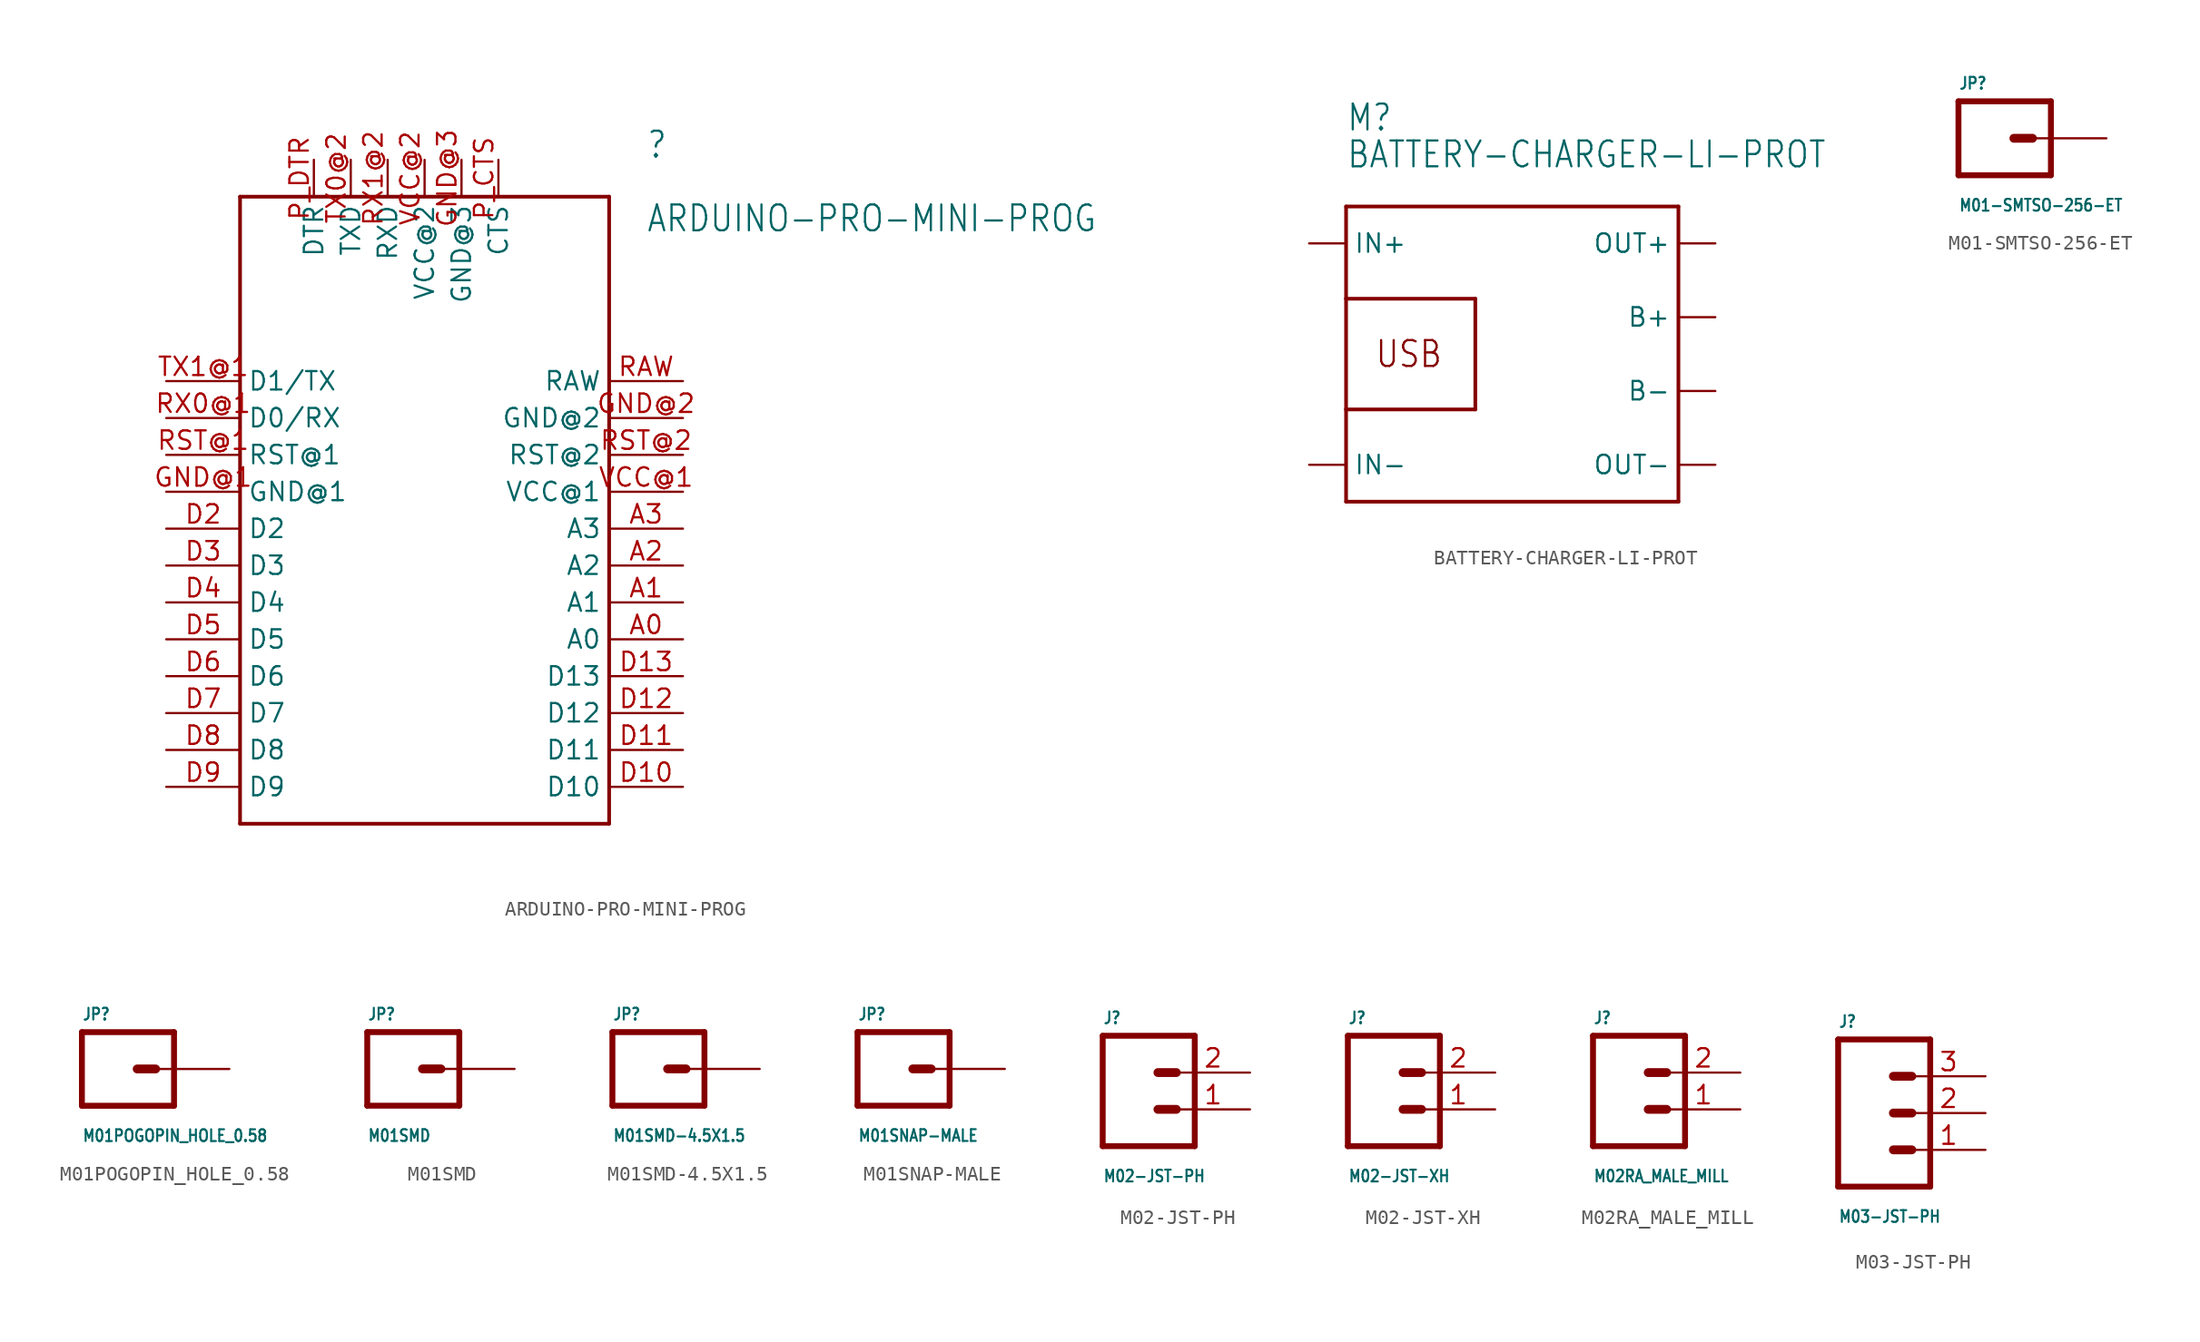
<source format=kicad_sym>
(kicad_symbol_lib
  (version 20211014)
  (generator kicad_symbol_editor)
  (symbol "ARDUINO-PRO-MINI-PROG"
    (property "Reference" ""
      (at 12.7 22.86 0)
      (effects (font (size 1.778 1.511)) (justify left bottom)))
    (property "Value" "ARDUINO-PRO-MINI-PROG"
      (at 12.7 17.78 0)
      (effects (font (size 1.778 1.511)) (justify left bottom)))
    (property "ki_locked" ""
      (at 0 0 0)
      (effects (font (size 1.27 1.27))))
    (symbol "ARDUINO-PRO-MINI-PROG_1_0"
      (polyline (pts (xy -15.24 -22.86) (xy -15.24 20.32)) (stroke (width 0.254) (type default) (color 0 0 0 0)) (fill (type none)))
      (polyline (pts (xy -15.24 20.32) (xy 10.16 20.32)) (stroke (width 0.254) (type default) (color 0 0 0 0)) (fill (type none)))
      (polyline (pts (xy 10.16 -22.86) (xy -15.24 -22.86)) (stroke (width 0.254) (type default) (color 0 0 0 0)) (fill (type none)))
      (polyline (pts (xy 10.16 20.32) (xy 10.16 -22.86)) (stroke (width 0.254) (type default) (color 0 0 0 0)) (fill (type none)))
      (pin bidirectional line (at 15.24 -10.16 180) (length 5.08) (name "A0" (effects (font (size 1.27 1.27)))) (number "A0" (effects (font (size 1.27 1.27)))))
      (pin bidirectional line (at 15.24 -7.62 180) (length 5.08) (name "A1" (effects (font (size 1.27 1.27)))) (number "A1" (effects (font (size 1.27 1.27)))))
      (pin bidirectional line (at 15.24 -5.08 180) (length 5.08) (name "A2" (effects (font (size 1.27 1.27)))) (number "A2" (effects (font (size 1.27 1.27)))))
      (pin bidirectional line (at 15.24 -2.54 180) (length 5.08) (name "A3" (effects (font (size 1.27 1.27)))) (number "A3" (effects (font (size 1.27 1.27)))))
      (pin bidirectional line (at 15.24 -20.32 180) (length 5.08) (name "D10" (effects (font (size 1.27 1.27)))) (number "D10" (effects (font (size 1.27 1.27)))))
      (pin bidirectional line (at 15.24 -17.78 180) (length 5.08) (name "D11" (effects (font (size 1.27 1.27)))) (number "D11" (effects (font (size 1.27 1.27)))))
      (pin bidirectional line (at 15.24 -15.24 180) (length 5.08) (name "D12" (effects (font (size 1.27 1.27)))) (number "D12" (effects (font (size 1.27 1.27)))))
      (pin bidirectional line (at 15.24 -12.7 180) (length 5.08) (name "D13" (effects (font (size 1.27 1.27)))) (number "D13" (effects (font (size 1.27 1.27)))))
      (pin bidirectional line (at -20.32 -2.54 0) (length 5.08) (name "D2" (effects (font (size 1.27 1.27)))) (number "D2" (effects (font (size 1.27 1.27)))))
      (pin bidirectional line (at -20.32 -5.08 0) (length 5.08) (name "D3" (effects (font (size 1.27 1.27)))) (number "D3" (effects (font (size 1.27 1.27)))))
      (pin bidirectional line (at -20.32 -7.62 0) (length 5.08) (name "D4" (effects (font (size 1.27 1.27)))) (number "D4" (effects (font (size 1.27 1.27)))))
      (pin bidirectional line (at -20.32 -10.16 0) (length 5.08) (name "D5" (effects (font (size 1.27 1.27)))) (number "D5" (effects (font (size 1.27 1.27)))))
      (pin bidirectional line (at -20.32 -12.7 0) (length 5.08) (name "D6" (effects (font (size 1.27 1.27)))) (number "D6" (effects (font (size 1.27 1.27)))))
      (pin bidirectional line (at -20.32 -15.24 0) (length 5.08) (name "D7" (effects (font (size 1.27 1.27)))) (number "D7" (effects (font (size 1.27 1.27)))))
      (pin bidirectional line (at -20.32 -17.78 0) (length 5.08) (name "D8" (effects (font (size 1.27 1.27)))) (number "D8" (effects (font (size 1.27 1.27)))))
      (pin bidirectional line (at -20.32 -20.32 0) (length 5.08) (name "D9" (effects (font (size 1.27 1.27)))) (number "D9" (effects (font (size 1.27 1.27)))))
      (pin power_in line (at -20.32 0 0) (length 5.08) (name "GND@1" (effects (font (size 1.27 1.27)))) (number "GND@1" (effects (font (size 1.27 1.27)))))
      (pin power_in line (at 15.24 5.08 180) (length 5.08) (name "GND@2" (effects (font (size 1.27 1.27)))) (number "GND@2" (effects (font (size 1.27 1.27)))))
      (pin bidirectional line (at 0 22.86 270) (length 2.54) (name "GND@3" (effects (font (size 1.27 1.27)))) (number "GND@3" (effects (font (size 1.27 1.27)))))
      (pin bidirectional line (at 2.54 22.86 270) (length 2.54) (name "CTS" (effects (font (size 1.27 1.27)))) (number "P_CTS" (effects (font (size 1.27 1.27)))))
      (pin bidirectional line (at -10.16 22.86 270) (length 2.54) (name "DTR" (effects (font (size 1.27 1.27)))) (number "P_DTR" (effects (font (size 1.27 1.27)))))
      (pin power_in line (at 15.24 7.62 180) (length 5.08) (name "RAW" (effects (font (size 1.27 1.27)))) (number "RAW" (effects (font (size 1.27 1.27)))))
      (pin bidirectional line (at -20.32 2.54 0) (length 5.08) (name "RST@1" (effects (font (size 1.27 1.27)))) (number "RST@1" (effects (font (size 1.27 1.27)))))
      (pin bidirectional line (at 15.24 2.54 180) (length 5.08) (name "RST@2" (effects (font (size 1.27 1.27)))) (number "RST@2" (effects (font (size 1.27 1.27)))))
      (pin bidirectional line (at -20.32 5.08 0) (length 5.08) (name "D0/RX" (effects (font (size 1.27 1.27)))) (number "RX0@1" (effects (font (size 1.27 1.27)))))
      (pin bidirectional line (at -5.08 22.86 270) (length 2.54) (name "RXD" (effects (font (size 1.27 1.27)))) (number "RX1@2" (effects (font (size 1.27 1.27)))))
      (pin bidirectional line (at -7.62 22.86 270) (length 2.54) (name "TXD" (effects (font (size 1.27 1.27)))) (number "TX0@2" (effects (font (size 1.27 1.27)))))
      (pin bidirectional line (at -20.32 7.62 0) (length 5.08) (name "D1/TX" (effects (font (size 1.27 1.27)))) (number "TX1@1" (effects (font (size 1.27 1.27)))))
      (pin power_in line (at 15.24 0 180) (length 5.08) (name "VCC@1" (effects (font (size 1.27 1.27)))) (number "VCC@1" (effects (font (size 1.27 1.27)))))
      (pin bidirectional line (at -2.54 22.86 270) (length 2.54) (name "VCC@2" (effects (font (size 1.27 1.27)))) (number "VCC@2" (effects (font (size 1.27 1.27)))))))
  (symbol "BATTERY-CHARGER-LI-PROT"
    (property "Reference" "M"
      (at -12.7 15.24 0)
      (effects (font (size 1.778 1.511)) (justify left bottom)))
    (property "Value" "BATTERY-CHARGER-LI-PROT"
      (at -12.7 12.7 0)
      (effects (font (size 1.778 1.511)) (justify left bottom)))
    (property "ki_locked" ""
      (at 0 0 0)
      (effects (font (size 1.27 1.27))))
    (symbol "BATTERY-CHARGER-LI-PROT_1_0"
      (polyline (pts (xy -12.7 -10.16) (xy -12.7 -3.81)) (stroke (width 0.254) (type default) (color 0 0 0 0)) (fill (type none)))
      (polyline (pts (xy -12.7 -3.81) (xy -12.7 3.81)) (stroke (width 0.254) (type default) (color 0 0 0 0)) (fill (type none)))
      (polyline (pts (xy -12.7 3.81) (xy -12.7 10.16)) (stroke (width 0.254) (type default) (color 0 0 0 0)) (fill (type none)))
      (polyline (pts (xy -12.7 3.81) (xy -3.81 3.81)) (stroke (width 0.254) (type default) (color 0 0 0 0)) (fill (type none)))
      (polyline (pts (xy -12.7 10.16) (xy 10.16 10.16)) (stroke (width 0.254) (type default) (color 0 0 0 0)) (fill (type none)))
      (polyline (pts (xy -3.81 -3.81) (xy -12.7 -3.81)) (stroke (width 0.254) (type default) (color 0 0 0 0)) (fill (type none)))
      (polyline (pts (xy -3.81 3.81) (xy -3.81 -3.81)) (stroke (width 0.254) (type default) (color 0 0 0 0)) (fill (type none)))
      (polyline (pts (xy 10.16 -10.16) (xy -12.7 -10.16)) (stroke (width 0.254) (type default) (color 0 0 0 0)) (fill (type none)))
      (polyline (pts (xy 10.16 10.16) (xy 10.16 -10.16)) (stroke (width 0.254) (type default) (color 0 0 0 0)) (fill (type none)))
      (text "USB" (at -8.382 0 0) (effects (font (size 1.778 1.511))))
      (pin bidirectional line (at 12.7 2.54 180) (length 2.54) (name "B+" (effects (font (size 1.27 1.27)))) (number "B+" (effects (font (size 0 0)))))
      (pin bidirectional line (at 12.7 -2.54 180) (length 2.54) (name "B-" (effects (font (size 1.27 1.27)))) (number "B-" (effects (font (size 0 0)))))
      (pin bidirectional line (at -15.24 7.62 0) (length 2.54) (name "IN+" (effects (font (size 1.27 1.27)))) (number "IN+" (effects (font (size 0 0)))))
      (pin bidirectional line (at -15.24 -7.62 0) (length 2.54) (name "IN-" (effects (font (size 1.27 1.27)))) (number "IN-" (effects (font (size 0 0)))))
      (pin bidirectional line (at 12.7 7.62 180) (length 2.54) (name "OUT+" (effects (font (size 1.27 1.27)))) (number "OUT+" (effects (font (size 0 0)))))
      (pin bidirectional line (at 12.7 -7.62 180) (length 2.54) (name "OUT-" (effects (font (size 1.27 1.27)))) (number "OUT-" (effects (font (size 0 0)))))))
  (symbol "M01-SMTSO-256-ET"
    (property "Reference" "JP"
      (at -2.54 3.302 0)
      (effects (font (size 0.813 0.691) bold) (justify left bottom)))
    (property "Value" "M01-SMTSO-256-ET"
      (at -2.54 -5.08 0)
      (effects (font (size 0.813 0.691) bold) (justify left bottom)))
    (property "ki_locked" ""
      (at 0 0 0)
      (effects (font (size 1.27 1.27))))
    (symbol "M01-SMTSO-256-ET_1_0"
      (polyline (pts (xy -2.54 2.54) (xy -2.54 -2.54)) (stroke (width 0.406) (type default) (color 0 0 0 0)) (fill (type none)))
      (polyline (pts (xy -2.54 2.54) (xy 3.81 2.54)) (stroke (width 0.406) (type default) (color 0 0 0 0)) (fill (type none)))
      (polyline (pts (xy 1.27 0) (xy 2.54 0)) (stroke (width 0.61) (type default) (color 0 0 0 0)) (fill (type none)))
      (polyline (pts (xy 3.81 -2.54) (xy -2.54 -2.54)) (stroke (width 0.406) (type default) (color 0 0 0 0)) (fill (type none)))
      (polyline (pts (xy 3.81 -2.54) (xy 3.81 2.54)) (stroke (width 0.406) (type default) (color 0 0 0 0)) (fill (type none)))
      (pin passive line (at 7.62 0 180) (length 5.08) (name "1" (effects (font (size 0 0)))) (number "P$1" (effects (font (size 0 0)))))))
  (symbol "M01POGOPIN_HOLE_0.58"
    (property "Reference" "JP"
      (at -2.54 3.302 0)
      (effects (font (size 0.813 0.691) bold) (justify left bottom)))
    (property "Value" "M01POGOPIN_HOLE_0.58"
      (at -2.54 -5.08 0)
      (effects (font (size 0.813 0.691) bold) (justify left bottom)))
    (property "ki_locked" ""
      (at 0 0 0)
      (effects (font (size 1.27 1.27))))
    (symbol "M01POGOPIN_HOLE_0.58_1_0"
      (polyline (pts (xy -2.54 2.54) (xy -2.54 -2.54)) (stroke (width 0.406) (type default) (color 0 0 0 0)) (fill (type none)))
      (polyline (pts (xy -2.54 2.54) (xy 3.81 2.54)) (stroke (width 0.406) (type default) (color 0 0 0 0)) (fill (type none)))
      (polyline (pts (xy 1.27 0) (xy 2.54 0)) (stroke (width 0.61) (type default) (color 0 0 0 0)) (fill (type none)))
      (polyline (pts (xy 3.81 -2.54) (xy -2.54 -2.54)) (stroke (width 0.406) (type default) (color 0 0 0 0)) (fill (type none)))
      (polyline (pts (xy 3.81 -2.54) (xy 3.81 2.54)) (stroke (width 0.406) (type default) (color 0 0 0 0)) (fill (type none)))
      (pin passive line (at 7.62 0 180) (length 5.08) (name "1" (effects (font (size 0 0)))) (number "1" (effects (font (size 0 0)))))))
  (symbol "M01SMD"
    (property "Reference" "JP"
      (at -2.54 3.302 0)
      (effects (font (size 0.813 0.691) bold) (justify left bottom)))
    (property "Value" "M01SMD"
      (at -2.54 -5.08 0)
      (effects (font (size 0.813 0.691) bold) (justify left bottom)))
    (property "ki_locked" ""
      (at 0 0 0)
      (effects (font (size 1.27 1.27))))
    (symbol "M01SMD_1_0"
      (polyline (pts (xy -2.54 2.54) (xy -2.54 -2.54)) (stroke (width 0.406) (type default) (color 0 0 0 0)) (fill (type none)))
      (polyline (pts (xy -2.54 2.54) (xy 3.81 2.54)) (stroke (width 0.406) (type default) (color 0 0 0 0)) (fill (type none)))
      (polyline (pts (xy 1.27 0) (xy 2.54 0)) (stroke (width 0.61) (type default) (color 0 0 0 0)) (fill (type none)))
      (polyline (pts (xy 3.81 -2.54) (xy -2.54 -2.54)) (stroke (width 0.406) (type default) (color 0 0 0 0)) (fill (type none)))
      (polyline (pts (xy 3.81 -2.54) (xy 3.81 2.54)) (stroke (width 0.406) (type default) (color 0 0 0 0)) (fill (type none)))
      (pin passive line (at 7.62 0 180) (length 5.08) (name "1" (effects (font (size 0 0)))) (number "P$1" (effects (font (size 0 0)))))))
  (symbol "M01SMD-4.5X1.5"
    (property "Reference" "JP"
      (at -2.54 3.302 0)
      (effects (font (size 0.813 0.691) bold) (justify left bottom)))
    (property "Value" "M01SMD-4.5X1.5"
      (at -2.54 -5.08 0)
      (effects (font (size 0.813 0.691) bold) (justify left bottom)))
    (property "ki_locked" ""
      (at 0 0 0)
      (effects (font (size 1.27 1.27))))
    (symbol "M01SMD-4.5X1.5_1_0"
      (polyline (pts (xy -2.54 2.54) (xy -2.54 -2.54)) (stroke (width 0.406) (type default) (color 0 0 0 0)) (fill (type none)))
      (polyline (pts (xy -2.54 2.54) (xy 3.81 2.54)) (stroke (width 0.406) (type default) (color 0 0 0 0)) (fill (type none)))
      (polyline (pts (xy 1.27 0) (xy 2.54 0)) (stroke (width 0.61) (type default) (color 0 0 0 0)) (fill (type none)))
      (polyline (pts (xy 3.81 -2.54) (xy -2.54 -2.54)) (stroke (width 0.406) (type default) (color 0 0 0 0)) (fill (type none)))
      (polyline (pts (xy 3.81 -2.54) (xy 3.81 2.54)) (stroke (width 0.406) (type default) (color 0 0 0 0)) (fill (type none)))
      (pin passive line (at 7.62 0 180) (length 5.08) (name "1" (effects (font (size 0 0)))) (number "P$1" (effects (font (size 0 0)))))))
  (symbol "M01SNAP-MALE"
    (property "Reference" "JP"
      (at -2.54 3.302 0)
      (effects (font (size 0.813 0.691) bold) (justify left bottom)))
    (property "Value" "M01SNAP-MALE"
      (at -2.54 -5.08 0)
      (effects (font (size 0.813 0.691) bold) (justify left bottom)))
    (property "ki_locked" ""
      (at 0 0 0)
      (effects (font (size 1.27 1.27))))
    (symbol "M01SNAP-MALE_1_0"
      (polyline (pts (xy -2.54 2.54) (xy -2.54 -2.54)) (stroke (width 0.406) (type default) (color 0 0 0 0)) (fill (type none)))
      (polyline (pts (xy -2.54 2.54) (xy 3.81 2.54)) (stroke (width 0.406) (type default) (color 0 0 0 0)) (fill (type none)))
      (polyline (pts (xy 1.27 0) (xy 2.54 0)) (stroke (width 0.61) (type default) (color 0 0 0 0)) (fill (type none)))
      (polyline (pts (xy 3.81 -2.54) (xy -2.54 -2.54)) (stroke (width 0.406) (type default) (color 0 0 0 0)) (fill (type none)))
      (polyline (pts (xy 3.81 -2.54) (xy 3.81 2.54)) (stroke (width 0.406) (type default) (color 0 0 0 0)) (fill (type none)))
      (pin passive line (at 7.62 0 180) (length 5.08) (name "1" (effects (font (size 0 0)))) (number "2" (effects (font (size 0 0)))))))
  (symbol "M02-JST-PH"
    (property "Reference" "J"
      (at -2.54 5.842 0)
      (effects (font (size 0.813 0.691) bold) (justify left bottom)))
    (property "Value" "M02-JST-PH"
      (at -2.54 -5.08 0)
      (effects (font (size 0.813 0.691) bold) (justify left bottom)))
    (property "ki_locked" ""
      (at 0 0 0)
      (effects (font (size 1.27 1.27))))
    (symbol "M02-JST-PH_1_0"
      (polyline (pts (xy -2.54 5.08) (xy -2.54 -2.54)) (stroke (width 0.406) (type default) (color 0 0 0 0)) (fill (type none)))
      (polyline (pts (xy -2.54 5.08) (xy 3.81 5.08)) (stroke (width 0.406) (type default) (color 0 0 0 0)) (fill (type none)))
      (polyline (pts (xy 1.27 0) (xy 2.54 0)) (stroke (width 0.61) (type default) (color 0 0 0 0)) (fill (type none)))
      (polyline (pts (xy 1.27 2.54) (xy 2.54 2.54)) (stroke (width 0.61) (type default) (color 0 0 0 0)) (fill (type none)))
      (polyline (pts (xy 3.81 -2.54) (xy -2.54 -2.54)) (stroke (width 0.406) (type default) (color 0 0 0 0)) (fill (type none)))
      (polyline (pts (xy 3.81 -2.54) (xy 3.81 5.08)) (stroke (width 0.406) (type default) (color 0 0 0 0)) (fill (type none)))
      (pin passive line (at 7.62 0 180) (length 5.08) (name "1" (effects (font (size 0 0)))) (number "1" (effects (font (size 1.27 1.27)))))
      (pin passive line (at 7.62 2.54 180) (length 5.08) (name "2" (effects (font (size 0 0)))) (number "2" (effects (font (size 1.27 1.27)))))))
  (symbol "M02-JST-XH"
    (property "Reference" "J"
      (at -2.54 5.842 0)
      (effects (font (size 0.813 0.691) bold) (justify left bottom)))
    (property "Value" "M02-JST-XH"
      (at -2.54 -5.08 0)
      (effects (font (size 0.813 0.691) bold) (justify left bottom)))
    (property "ki_locked" ""
      (at 0 0 0)
      (effects (font (size 1.27 1.27))))
    (symbol "M02-JST-XH_1_0"
      (polyline (pts (xy -2.54 5.08) (xy -2.54 -2.54)) (stroke (width 0.406) (type default) (color 0 0 0 0)) (fill (type none)))
      (polyline (pts (xy -2.54 5.08) (xy 3.81 5.08)) (stroke (width 0.406) (type default) (color 0 0 0 0)) (fill (type none)))
      (polyline (pts (xy 1.27 0) (xy 2.54 0)) (stroke (width 0.61) (type default) (color 0 0 0 0)) (fill (type none)))
      (polyline (pts (xy 1.27 2.54) (xy 2.54 2.54)) (stroke (width 0.61) (type default) (color 0 0 0 0)) (fill (type none)))
      (polyline (pts (xy 3.81 -2.54) (xy -2.54 -2.54)) (stroke (width 0.406) (type default) (color 0 0 0 0)) (fill (type none)))
      (polyline (pts (xy 3.81 -2.54) (xy 3.81 5.08)) (stroke (width 0.406) (type default) (color 0 0 0 0)) (fill (type none)))
      (pin passive line (at 7.62 0 180) (length 5.08) (name "1" (effects (font (size 0 0)))) (number "1" (effects (font (size 1.27 1.27)))))
      (pin passive line (at 7.62 2.54 180) (length 5.08) (name "2" (effects (font (size 0 0)))) (number "2" (effects (font (size 1.27 1.27)))))))
  (symbol "M02RA_MALE_MILL"
    (property "Reference" "J"
      (at -2.54 5.842 0)
      (effects (font (size 0.813 0.691) bold) (justify left bottom)))
    (property "Value" "M02RA_MALE_MILL"
      (at -2.54 -5.08 0)
      (effects (font (size 0.813 0.691) bold) (justify left bottom)))
    (property "ki_locked" ""
      (at 0 0 0)
      (effects (font (size 1.27 1.27))))
    (symbol "M02RA_MALE_MILL_1_0"
      (polyline (pts (xy -2.54 5.08) (xy -2.54 -2.54)) (stroke (width 0.406) (type default) (color 0 0 0 0)) (fill (type none)))
      (polyline (pts (xy -2.54 5.08) (xy 3.81 5.08)) (stroke (width 0.406) (type default) (color 0 0 0 0)) (fill (type none)))
      (polyline (pts (xy 1.27 0) (xy 2.54 0)) (stroke (width 0.61) (type default) (color 0 0 0 0)) (fill (type none)))
      (polyline (pts (xy 1.27 2.54) (xy 2.54 2.54)) (stroke (width 0.61) (type default) (color 0 0 0 0)) (fill (type none)))
      (polyline (pts (xy 3.81 -2.54) (xy -2.54 -2.54)) (stroke (width 0.406) (type default) (color 0 0 0 0)) (fill (type none)))
      (polyline (pts (xy 3.81 -2.54) (xy 3.81 5.08)) (stroke (width 0.406) (type default) (color 0 0 0 0)) (fill (type none)))
      (pin passive line (at 7.62 0 180) (length 5.08) (name "1" (effects (font (size 0 0)))) (number "1" (effects (font (size 1.27 1.27)))))
      (pin passive line (at 7.62 2.54 180) (length 5.08) (name "2" (effects (font (size 0 0)))) (number "2" (effects (font (size 1.27 1.27)))))))
  (symbol "M03-JST-PH"
    (property "Reference" "J"
      (at -2.54 5.842 0)
      (effects (font (size 0.813 0.691) bold) (justify left bottom)))
    (property "Value" "M03-JST-PH"
      (at -2.54 -7.62 0)
      (effects (font (size 0.813 0.691) bold) (justify left bottom)))
    (property "ki_locked" ""
      (at 0 0 0)
      (effects (font (size 1.27 1.27))))
    (symbol "M03-JST-PH_1_0"
      (polyline (pts (xy -2.54 5.08) (xy -2.54 -5.08)) (stroke (width 0.406) (type default) (color 0 0 0 0)) (fill (type none)))
      (polyline (pts (xy -2.54 5.08) (xy 3.81 5.08)) (stroke (width 0.406) (type default) (color 0 0 0 0)) (fill (type none)))
      (polyline (pts (xy 1.27 -2.54) (xy 2.54 -2.54)) (stroke (width 0.61) (type default) (color 0 0 0 0)) (fill (type none)))
      (polyline (pts (xy 1.27 0) (xy 2.54 0)) (stroke (width 0.61) (type default) (color 0 0 0 0)) (fill (type none)))
      (polyline (pts (xy 1.27 2.54) (xy 2.54 2.54)) (stroke (width 0.61) (type default) (color 0 0 0 0)) (fill (type none)))
      (polyline (pts (xy 3.81 -5.08) (xy -2.54 -5.08)) (stroke (width 0.406) (type default) (color 0 0 0 0)) (fill (type none)))
      (polyline (pts (xy 3.81 -5.08) (xy 3.81 5.08)) (stroke (width 0.406) (type default) (color 0 0 0 0)) (fill (type none)))
      (pin passive line (at 7.62 -2.54 180) (length 5.08) (name "1" (effects (font (size 0 0)))) (number "1" (effects (font (size 1.27 1.27)))))
      (pin passive line (at 7.62 0 180) (length 5.08) (name "2" (effects (font (size 0 0)))) (number "2" (effects (font (size 1.27 1.27)))))
      (pin passive line (at 7.62 2.54 180) (length 5.08) (name "3" (effects (font (size 0 0)))) (number "3" (effects (font (size 1.27 1.27))))))))
</source>
